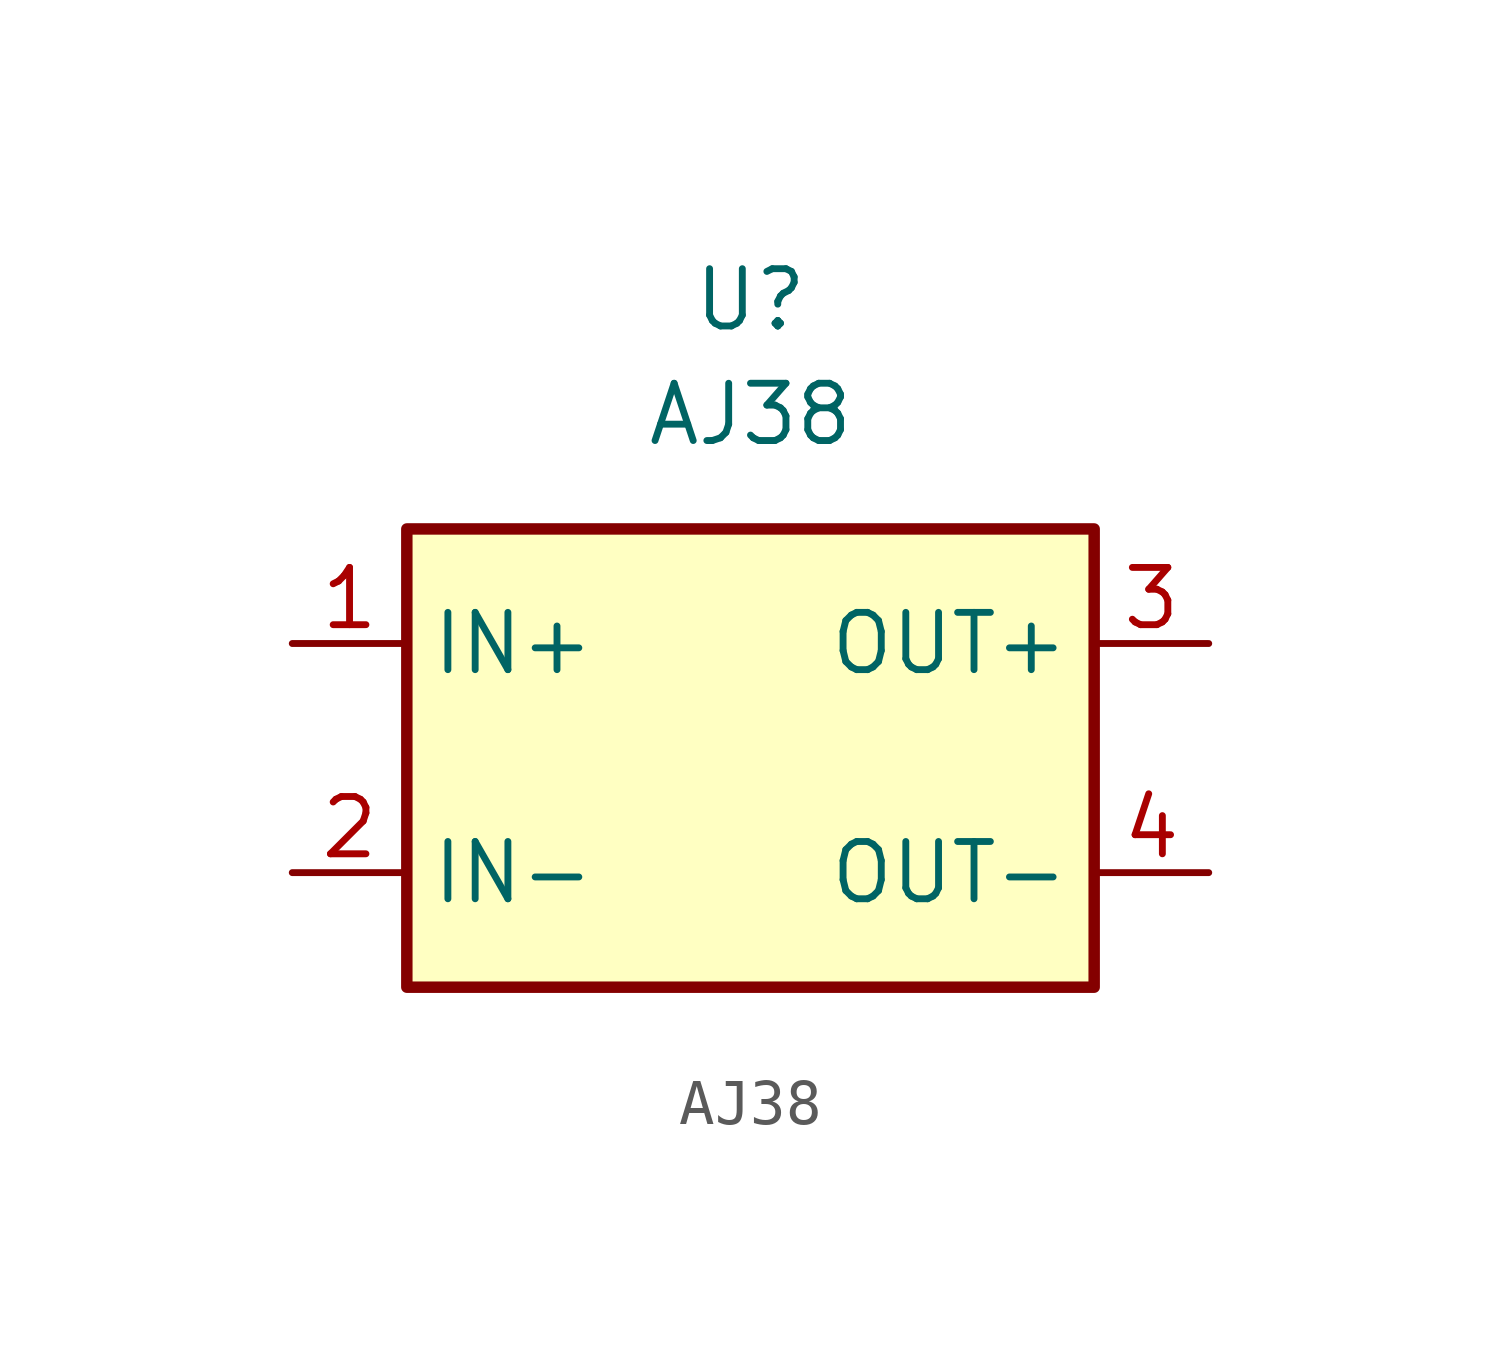
<source format=kicad_sym>
(kicad_symbol_lib
  (version 20211014)
  (generator kicad_symbol_editor)
  (symbol "AJ38"
    (property "Reference" "U"
      (at 0 2.54 0)
      (effects (font (size 1.27 1.27))))
    (property "Value" "AJ38"
      (at 0 0 0)
      (effects (font (size 1.27 1.27))))
    (symbol "AJ38_0_1"
      (rectangle (start -7.62 -2.54) (end 7.62 -12.7) (stroke (width 0.254) (type default) (color 0 0 0 0)) (fill (type background))))
    (symbol "AJ38_1_1"
      (pin passive line (at -10.16 -5.08 0) (length 2.54) (name "IN+" (effects (font (size 1.27 1.27)))) (number "1" (effects (font (size 1.27 1.27)))))
      (pin input line (at -10.16 -10.16 0) (length 2.54) (name "IN-" (effects (font (size 1.27 1.27)))) (number "2" (effects (font (size 1.27 1.27)))))
      (pin power_out line (at 10.16 -5.08 180) (length 2.54) (name "OUT+" (effects (font (size 1.27 1.27)))) (number "3" (effects (font (size 1.27 1.27)))))
      (pin passive line (at 10.16 -10.16 180) (length 2.54) (name "OUT-" (effects (font (size 1.27 1.27)))) (number "4" (effects (font (size 1.27 1.27))))))))
</source>
